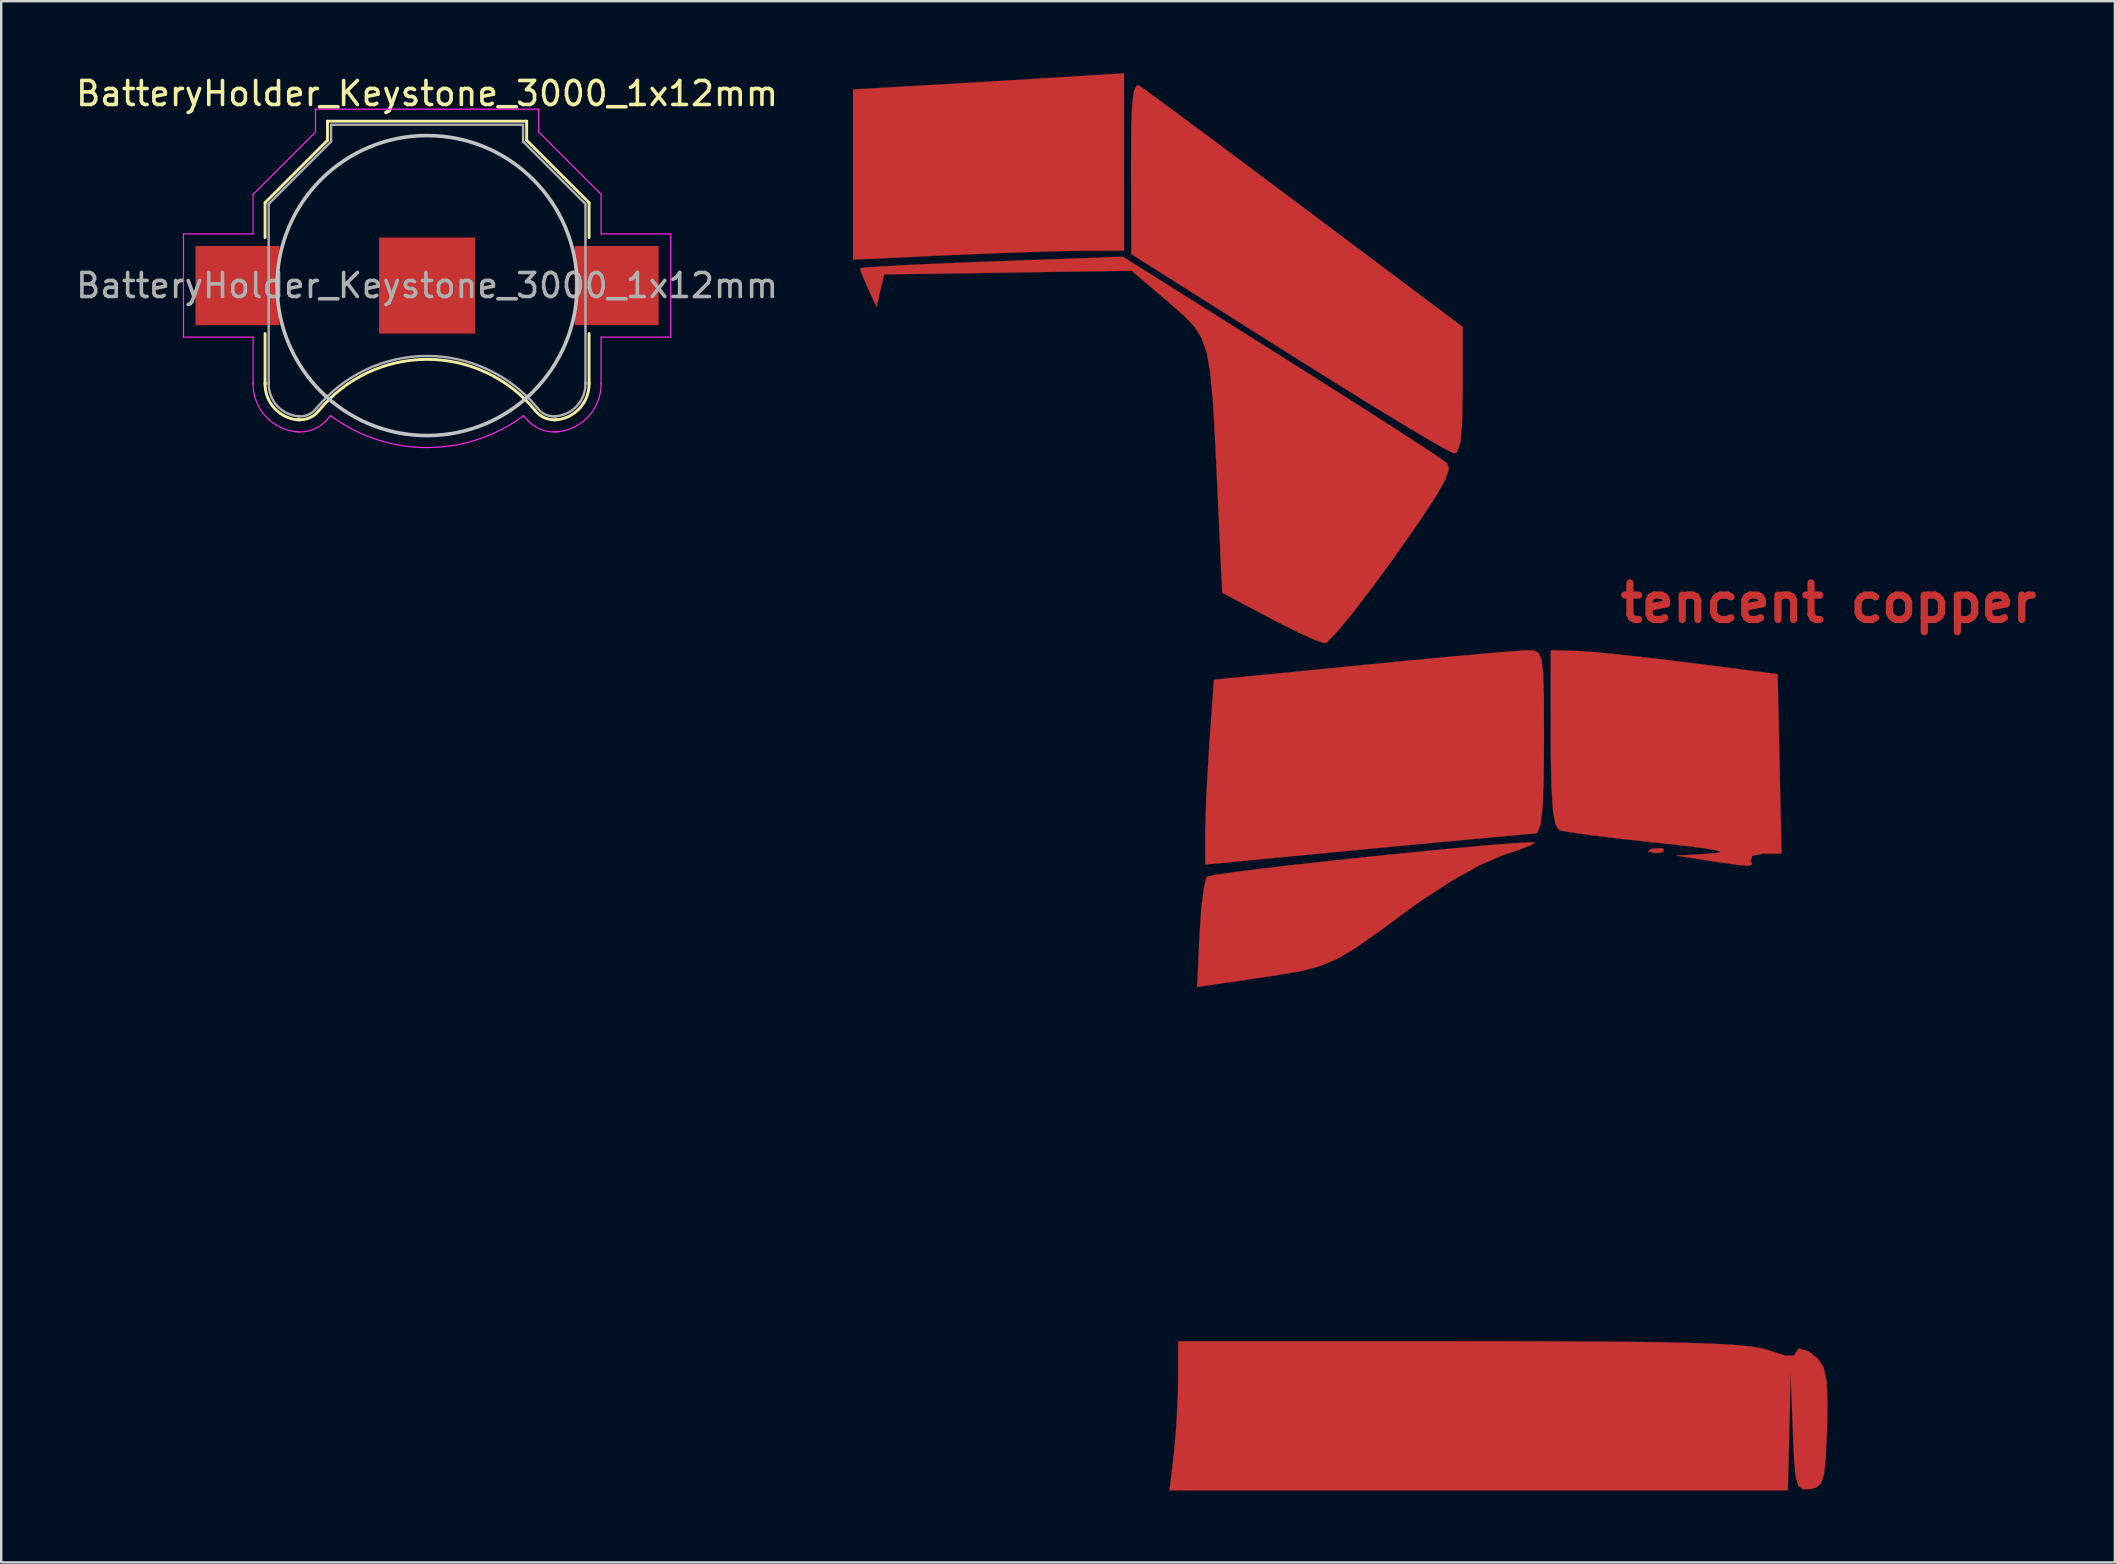
<source format=kicad_pcb>
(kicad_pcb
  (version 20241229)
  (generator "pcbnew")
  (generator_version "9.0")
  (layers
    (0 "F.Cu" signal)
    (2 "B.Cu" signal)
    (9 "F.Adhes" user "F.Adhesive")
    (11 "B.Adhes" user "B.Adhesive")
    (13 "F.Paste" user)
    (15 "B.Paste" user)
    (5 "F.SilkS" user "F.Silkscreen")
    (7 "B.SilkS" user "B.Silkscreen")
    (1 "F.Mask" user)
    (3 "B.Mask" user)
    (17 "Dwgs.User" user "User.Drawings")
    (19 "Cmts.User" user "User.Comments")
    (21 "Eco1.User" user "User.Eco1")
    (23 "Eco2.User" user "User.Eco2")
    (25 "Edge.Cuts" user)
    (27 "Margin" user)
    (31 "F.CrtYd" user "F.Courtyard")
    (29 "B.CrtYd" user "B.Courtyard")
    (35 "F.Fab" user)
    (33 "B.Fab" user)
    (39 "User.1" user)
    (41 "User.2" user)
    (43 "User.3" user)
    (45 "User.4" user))
  (footprint "BatteryHolder_Keystone_3000_1x12mm"
    (layer "F.Cu")
    (at 14.744 8.848)
    (property "Reference" "BatteryHolder_Keystone_3000_1x12mm" (at 0 -8 0) (layer "F.SilkS") (effects (font (size 1 1) (thickness 0.15))))
    (attr smd)
    (fp_line (start -6.75 -3.45) (end -4.15 -6.05) (stroke (width 0.12) (type solid)) (layer "F.SilkS"))
    (fp_line (start -6.75 -2) (end -6.75 -3.45) (stroke (width 0.12) (type solid)) (layer "F.SilkS"))
    (fp_line (start -6.75 2) (end -6.75 4.1) (stroke (width 0.12) (type solid)) (layer "F.SilkS"))
    (fp_line (start -4.15 -6.85) (end 4.15 -6.85) (stroke (width 0.12) (type solid)) (layer "F.SilkS"))
    (fp_line (start -4.15 -6.05) (end -4.15 -6.85) (stroke (width 0.12) (type solid)) (layer "F.SilkS"))
    (fp_line (start 4.15 -6.85) (end 4.15 -6.05) (stroke (width 0.12) (type solid)) (layer "F.SilkS"))
    (fp_line (start 4.15 -6.05) (end 6.75 -3.45) (stroke (width 0.12) (type solid)) (layer "F.SilkS"))
    (fp_line (start 6.75 -3.45) (end 6.75 -2) (stroke (width 0.12) (type solid)) (layer "F.SilkS"))
    (fp_line (start 6.75 2) (end 6.75 4.1) (stroke (width 0.12) (type solid)) (layer "F.SilkS"))
    (fp_arc (start -5.3 5.6) (mid -6.346016 5.125305) (end -6.75 4.05) (stroke (width 0.12) (type solid)) (layer "F.SilkS"))
    (fp_arc (start -4.5 5.2) (mid -4.90584 5.514615) (end -5.414615 5.58416) (stroke (width 0.12) (type solid)) (layer "F.SilkS"))
    (fp_arc (start -4.5 5.2) (mid -0.007341 3.0742) (end 4.490661 5.188671) (stroke (width 0.12) (type solid)) (layer "F.SilkS"))
    (fp_arc (start 5.414615 5.58416) (mid 4.90584 5.514615) (end 4.5 5.2) (stroke (width 0.12) (type solid)) (layer "F.SilkS"))
    (fp_arc (start 6.75 4.05) (mid 6.346016 5.125305) (end 5.3 5.6) (stroke (width 0.12) (type solid)) (layer "F.SilkS"))
    (fp_circle (center 0 0) (end 0 6.25) (stroke (width 0.15) (type solid)) (fill no) (layer "Dwgs.User"))
    (fp_line (start -10.15 -2.15) (end -10.15 2.15) (stroke (width 0.05) (type solid)) (layer "F.CrtYd"))
    (fp_line (start -10.15 2.15) (end -7.25 2.15) (stroke (width 0.05) (type solid)) (layer "F.CrtYd"))
    (fp_line (start -7.25 -3.8) (end -4.65 -6.4) (stroke (width 0.05) (type solid)) (layer "F.CrtYd"))
    (fp_line (start -7.25 -2.15) (end -10.15 -2.15) (stroke (width 0.05) (type solid)) (layer "F.CrtYd"))
    (fp_line (start -7.25 -2.15) (end -7.25 -3.8) (stroke (width 0.05) (type solid)) (layer "F.CrtYd"))
    (fp_line (start -7.25 2.15) (end -7.25 4.1) (stroke (width 0.05) (type solid)) (layer "F.CrtYd"))
    (fp_line (start -4.65 -7.35) (end 4.65 -7.35) (stroke (width 0.05) (type solid)) (layer "F.CrtYd"))
    (fp_line (start -4.65 -6.4) (end -4.65 -7.35) (stroke (width 0.05) (type solid)) (layer "F.CrtYd"))
    (fp_line (start 4.65 -6.4) (end 4.65 -7.35) (stroke (width 0.05) (type solid)) (layer "F.CrtYd"))
    (fp_line (start 7.25 -3.8) (end 4.65 -6.4) (stroke (width 0.05) (type solid)) (layer "F.CrtYd"))
    (fp_line (start 7.25 -2.15) (end 7.25 -3.8) (stroke (width 0.05) (type solid)) (layer "F.CrtYd"))
    (fp_line (start 7.25 -2.15) (end 10.15 -2.15) (stroke (width 0.05) (type solid)) (layer "F.CrtYd"))
    (fp_line (start 7.25 2.15) (end 7.25 4.1) (stroke (width 0.05) (type solid)) (layer "F.CrtYd"))
    (fp_line (start 10.15 -2.15) (end 10.15 2.15) (stroke (width 0.05) (type solid)) (layer "F.CrtYd"))
    (fp_line (start 10.15 2.15) (end 7.25 2.15) (stroke (width 0.05) (type solid)) (layer "F.CrtYd"))
    (fp_arc (start -5.3 6.1) (mid -6.699569 5.478858) (end -7.25 4.05) (stroke (width 0.05) (type solid)) (layer "F.CrtYd"))
    (fp_arc (start -4.22 5.65) (mid -4.814553 6.021742) (end -5.513125 6.082436) (stroke (width 0.05) (type solid)) (layer "F.CrtYd"))
    (fp_arc (start -4.22 5.65) (mid -4.123743 5.534157) (end -4.024388 5.42096) (stroke (width 0.05) (type solid)) (layer "F.CrtYd"))
    (fp_arc (start 0 6.75) (mid -2.119449 6.408622) (end -4.024518 5.419018) (stroke (width 0.05) (type solid)) (layer "F.CrtYd"))
    (fp_arc (start 4.024518 5.419018) (mid 2.119449 6.408622) (end 0 6.75) (stroke (width 0.05) (type solid)) (layer "F.CrtYd"))
    (fp_arc (start 4.02471 5.432858) (mid 4.123824 5.540108) (end 4.22 5.65) (stroke (width 0.05) (type solid)) (layer "F.CrtYd"))
    (fp_arc (start 5.513125 6.082436) (mid 4.814553 6.021742) (end 4.22 5.65) (stroke (width 0.05) (type solid)) (layer "F.CrtYd"))
    (fp_arc (start 7.25 4.05) (mid 6.699569 5.478858) (end 5.3 6.1) (stroke (width 0.05) (type solid)) (layer "F.CrtYd"))
    (fp_line (start -6.6 -3.4) (end -6.6 4.1) (stroke (width 0.1) (type solid)) (layer "F.Fab"))
    (fp_line (start -4 -6.7) (end -4 -6) (stroke (width 0.1) (type solid)) (layer "F.Fab"))
    (fp_line (start -4 -6.7) (end 4 -6.7) (stroke (width 0.1) (type solid)) (layer "F.Fab"))
    (fp_line (start -4 -6) (end -6.6 -3.4) (stroke (width 0.1) (type solid)) (layer "F.Fab"))
    (fp_line (start 4 -6.7) (end 4 -6) (stroke (width 0.1) (type solid)) (layer "F.Fab"))
    (fp_line (start 4 -6) (end 6.6 -3.4) (stroke (width 0.1) (type solid)) (layer "F.Fab"))
    (fp_line (start 6.6 -3.4) (end 6.6 4.1) (stroke (width 0.1) (type solid)) (layer "F.Fab"))
    (fp_arc (start -5.3 5.45) (mid -6.239949 5.019239) (end -6.6 4.05) (stroke (width 0.1) (type solid)) (layer "F.Fab"))
    (fp_arc (start -4.6 5.1) (mid -4.942443 5.378013) (end -5.378013 5.447558) (stroke (width 0.1) (type solid)) (layer "F.Fab"))
    (fp_arc (start -4.6 5.1) (mid 0.006214 2.93343) (end 4.607905 5.109589) (stroke (width 0.1) (type solid)) (layer "F.Fab"))
    (fp_arc (start 5.378013 5.447558) (mid 4.942442 5.378013) (end 4.6 5.1) (stroke (width 0.1) (type solid)) (layer "F.Fab"))
    (fp_arc (start 6.6 4.05) (mid 6.239949 5.019239) (end 5.3 5.45) (stroke (width 0.1) (type solid)) (layer "F.Fab"))
    (fp_text user "${REFERENCE}" (at 0 0 0) (layer "F.Fab") (effects (font (size 1 1) (thickness 0.15))))
    (pad "1" smd rect (at -7.9 0) (size 3.5 3.3) (layers "F.Cu" "F.Mask" "F.Paste"))
    (pad "1" smd rect (at 7.9 0) (size 3.5 3.3) (layers "F.Cu" "F.Mask" "F.Paste"))
    (pad "2" smd rect (at 0 0) (size 4 4) (layers "F.Cu" "F.Mask")))
  (footprint "tencent copper"
    (layer "F.Cu")
    (at 73.133 22.071)
    (property "Reference" "tencent copper" (at 0 0 0) (layer "F.Cu") (effects (font (size 1.524 1.524) (thickness 0.3))))
    (attr through_hole)
    (fp_poly (pts (xy -6.85 10.272) (xy -6.934 10.4) (xy -7.22 10.42) (xy -7.521 10.351) (xy -7.391 10.249) (xy -6.95 10.216) (xy -6.85 10.272)) (stroke (width 0.01) (type solid)) (fill yes) (layer "F.Cu"))
    (fp_poly (pts (xy -29.351 -14.676) (xy -30.974 -14.675) (xy -31.868 -14.661) (xy -33.165 -14.624) (xy -34.703 -14.57) (xy -36.32 -14.503) (xy -36.618 -14.49) (xy -40.64 -14.306) (xy -40.64 -21.395) (xy -37.606 -21.568) (xy -35.973 -21.663) (xy -34.189 -21.768) (xy -32.548 -21.868) (xy -31.962 -21.904) (xy -29.351 -22.066) (xy -29.351 -14.676)) (stroke (width 0.01) (type solid)) (fill yes) (layer "F.Cu"))
    (fp_poly (pts (xy -28.716 -21.551) (xy -28.407 -21.332) (xy -27.707 -20.819) (xy -26.675 -20.056) (xy -25.373 -19.088) (xy -23.86 -17.959) (xy -22.196 -16.715) (xy -21.802 -16.419) (xy -15.24 -11.501) (xy -15.24 -8.855) (xy -15.263 -7.525) (xy -15.337 -6.692) (xy -15.472 -6.291) (xy -15.593 -6.231) (xy -15.916 -6.383) (xy -16.649 -6.799) (xy -17.728 -7.44) (xy -19.088 -8.268) (xy -20.662 -9.243) (xy -22.387 -10.325) (xy -22.496 -10.394) (xy -29.047 -14.534) (xy -29.058 -18.149) (xy -29.051 -19.681) (xy -29.014 -20.715) (xy -28.941 -21.319) (xy -28.826 -21.561) (xy -28.716 -21.551)) (stroke (width 0.01) (type solid)) (fill yes) (layer "F.Cu"))
    (fp_poly (pts (xy -12.234 1.992) (xy -12.058 2.107) (xy -11.947 2.407) (xy -11.886 2.98) (xy -11.86 3.914) (xy -11.853 5.299) (xy -11.853 5.786) (xy -11.867 7.421) (xy -11.914 8.554) (xy -11.998 9.249) (xy -12.126 9.568) (xy -12.206 9.606) (xy -12.576 9.635) (xy -13.426 9.711) (xy -14.673 9.825) (xy -16.234 9.971) (xy -18.026 10.14) (xy -19.262 10.257) (xy -25.964 10.898) (xy -25.964 9.584) (xy -25.944 8.681) (xy -25.888 7.444) (xy -25.809 6.101) (xy -25.784 5.735) (xy -25.604 3.199) (xy -19.364 2.584) (xy -17.512 2.404) (xy -15.821 2.246) (xy -14.38 2.116) (xy -13.282 2.024) (xy -12.616 1.976) (xy -12.488 1.972) (xy -12.234 1.992)) (stroke (width 0.01) (type solid)) (fill yes) (layer "F.Cu"))
    (fp_poly (pts (xy -12.216 9.986) (xy -12.417 10.103) (xy -13.015 10.329) (xy -13.621 10.531) (xy -14.544 10.931) (xy -15.728 11.597) (xy -17.001 12.428) (xy -17.532 12.81) (xy -18.798 13.744) (xy -19.746 14.404) (xy -20.509 14.85) (xy -21.224 15.144) (xy -22.025 15.347) (xy -23.046 15.52) (xy -23.713 15.62) (xy -26.303 16.003) (xy -26.203 13.81) (xy -26.131 12.743) (xy -26.029 11.903) (xy -25.918 11.442) (xy -25.896 11.409) (xy -25.583 11.336) (xy -24.806 11.222) (xy -23.657 11.077) (xy -22.233 10.911) (xy -20.627 10.733) (xy -18.933 10.554) (xy -17.247 10.383) (xy -15.661 10.229) (xy -14.271 10.104) (xy -13.17 10.016) (xy -12.453 9.975) (xy -12.216 9.986)) (stroke (width 0.01) (type solid)) (fill yes) (layer "F.Cu"))
    (fp_poly (pts (xy -10.513 1.999) (xy -9.829 2.044) (xy -8.732 2.15) (xy -7.371 2.3) (xy -5.892 2.481) (xy -5.786 2.494) (xy -2.117 2.966) (xy -2.038 6.704) (xy -1.959 10.442) (xy -2.69 10.442) (xy -3.175 10.531) (xy -3.246 10.724) (xy -3.178 10.882) (xy -3.295 10.948) (xy -3.705 10.925) (xy -4.514 10.812) (xy -5.08 10.724) (xy -6.35 10.527) (xy -4.939 10.447) (xy -4.516 10.399) (xy -4.581 10.326) (xy -5.154 10.224) (xy -6.256 10.088) (xy -7.188 9.988) (xy -8.589 9.835) (xy -9.8 9.689) (xy -10.704 9.565) (xy -11.182 9.479) (xy -11.21 9.47) (xy -11.369 9.245) (xy -11.478 8.67) (xy -11.543 7.682) (xy -11.57 6.214) (xy -11.571 5.653) (xy -11.571 1.976) (xy -10.513 1.999)) (stroke (width 0.01) (type solid)) (fill yes) (layer "F.Cu"))
    (fp_poly (pts (xy -12.217 30.765) (xy -9.717 30.776) (xy -7.681 30.795) (xy -6.057 30.824) (xy -4.795 30.866) (xy -3.844 30.922) (xy -3.155 30.992) (xy -2.675 31.08) (xy -2.39 31.171) (xy -1.767 31.37) (xy -1.43 31.357) (xy -1.411 31.312) (xy -1.239 31.059) (xy -0.813 31.19) (xy -0.433 31.498) (xy -0.204 31.851) (xy -0.078 32.422) (xy -0.039 33.332) (xy -0.06 34.391) (xy -0.11 35.571) (xy -0.184 36.301) (xy -0.314 36.695) (xy -0.533 36.867) (xy -0.765 36.919) (xy -1.064 36.93) (xy -1.254 36.789) (xy -1.367 36.392) (xy -1.434 35.633) (xy -1.483 34.52) (xy -1.577 32.032) (xy -1.635 34.502) (xy -1.693 36.971) (xy -27.454 36.971) (xy -27.276 35.489) (xy -27.17 34.295) (xy -27.105 32.96) (xy -27.096 32.385) (xy -27.093 30.762) (xy -15.231 30.762) (xy -12.217 30.765)) (stroke (width 0.01) (type solid)) (fill yes) (layer "F.Cu"))
    (fp_poly (pts (xy -22.813 -10.283) (xy -21.072 -9.183) (xy -19.478 -8.17) (xy -18.097 -7.285) (xy -16.994 -6.571) (xy -16.236 -6.069) (xy -15.886 -5.821) (xy -15.879 -5.816) (xy -15.813 -5.587) (xy -15.955 -5.158) (xy -16.34 -4.468) (xy -17.001 -3.459) (xy -17.972 -2.07) (xy -18.093 -1.899) (xy -18.991 -0.668) (xy -19.794 0.38) (xy -20.439 1.166) (xy -20.863 1.612) (xy -20.981 1.684) (xy -21.372 1.555) (xy -22.112 1.219) (xy -23.058 0.745) (xy -23.283 0.626) (xy -25.259 -0.423) (xy -25.468 -4.939) (xy -25.562 -6.938) (xy -25.651 -8.459) (xy -25.757 -9.59) (xy -25.904 -10.417) (xy -26.115 -11.027) (xy -26.413 -11.506) (xy -26.822 -11.94) (xy -27.365 -12.417) (xy -27.506 -12.538) (xy -29.033 -13.842) (xy -39.345 -13.688) (xy -39.505 -13.011) (xy -39.664 -12.333) (xy -40.011 -13.094) (xy -40.258 -13.662) (xy -40.358 -13.941) (xy -40.09 -13.978) (xy -39.344 -14.028) (xy -38.205 -14.088) (xy -36.759 -14.153) (xy -35.091 -14.219) (xy -34.878 -14.226) (xy -29.398 -14.426) (xy -22.813 -10.283)) (stroke (width 0.01) (type solid)) (fill yes) (layer "F.Cu")))
  (gr_rect
    (start -3 -3)
    (end 85.067 62.047)
    (stroke (width 0.1) (type default))
    (fill no)
    (layer "Edge.Cuts")))
</source>
